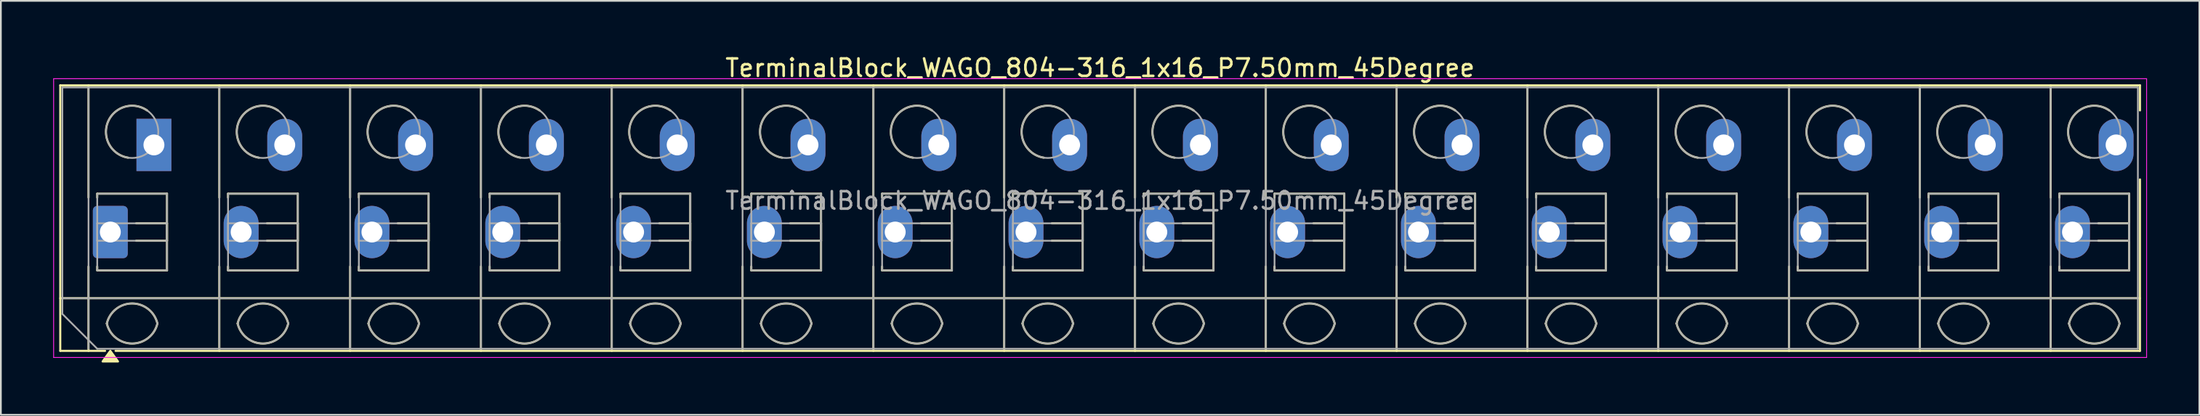
<source format=kicad_pcb>
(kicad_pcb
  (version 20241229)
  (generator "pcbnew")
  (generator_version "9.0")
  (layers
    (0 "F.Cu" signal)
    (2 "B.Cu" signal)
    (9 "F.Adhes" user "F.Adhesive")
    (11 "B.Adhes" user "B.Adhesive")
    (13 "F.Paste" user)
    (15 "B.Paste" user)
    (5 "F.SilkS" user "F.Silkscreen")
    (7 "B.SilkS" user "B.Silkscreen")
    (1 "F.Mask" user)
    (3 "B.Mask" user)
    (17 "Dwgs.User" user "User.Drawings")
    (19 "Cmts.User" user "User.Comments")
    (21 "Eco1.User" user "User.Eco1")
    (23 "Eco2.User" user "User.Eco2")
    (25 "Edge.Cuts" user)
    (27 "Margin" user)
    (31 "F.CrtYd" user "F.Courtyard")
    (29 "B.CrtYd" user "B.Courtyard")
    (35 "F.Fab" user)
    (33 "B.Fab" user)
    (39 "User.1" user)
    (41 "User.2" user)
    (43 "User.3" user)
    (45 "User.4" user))
  (footprint "TerminalBlock_WAGO_804-316_1x16_P7.50mm_45Degree"
    (layer "F.Cu")
    (at 3.275 10.268)
    (property "Reference" "TerminalBlock_WAGO_804-316_1x16_P7.50mm_45Degree" (at 56.75 -9.42 0) (layer "F.SilkS") (effects (font (size 1 1) (thickness 0.15))))
    (attr through_hole)
    (fp_line (start -2.87 -8.42) (end 116.37 -8.42) (stroke (width 0.12) (type solid)) (layer "F.SilkS"))
    (fp_line (start -2.87 3.8) (end 116.37 3.8) (stroke (width 0.12) (type solid)) (layer "F.SilkS"))
    (fp_line (start -2.87 6.82) (end -2.87 -8.42) (stroke (width 0.12) (type solid)) (layer "F.SilkS"))
    (fp_line (start -1.25 -8.42) (end -1.25 -1.98) (stroke (width 0.12) (type solid)) (layer "F.SilkS"))
    (fp_line (start -1.25 1.98) (end -1.25 6.82) (stroke (width 0.12) (type solid)) (layer "F.SilkS"))
    (fp_line (start -0.75 -2.2) (end 3.25 -2.2) (stroke (width 0.12) (type solid)) (layer "F.SilkS"))
    (fp_line (start -0.75 -1.98) (end -0.75 -2.2) (stroke (width 0.12) (type solid)) (layer "F.SilkS"))
    (fp_line (start -0.75 2.2) (end -0.75 1.98) (stroke (width 0.12) (type solid)) (layer "F.SilkS"))
    (fp_line (start -0.3 6.82) (end -2.87 6.82) (stroke (width 0.12) (type solid)) (layer "F.SilkS"))
    (fp_line (start 1.48 -0.5) (end 3.25 -0.5) (stroke (width 0.12) (type solid)) (layer "F.SilkS"))
    (fp_line (start 3.25 -2.2) (end 3.25 2.2) (stroke (width 0.12) (type solid)) (layer "F.SilkS"))
    (fp_line (start 3.25 -0.5) (end 3.25 0.5) (stroke (width 0.12) (type solid)) (layer "F.SilkS"))
    (fp_line (start 3.25 0.5) (end 1.48 0.5) (stroke (width 0.12) (type solid)) (layer "F.SilkS"))
    (fp_line (start 3.25 2.2) (end -0.75 2.2) (stroke (width 0.12) (type solid)) (layer "F.SilkS"))
    (fp_line (start 6.25 -8.42) (end 6.25 -1.98) (stroke (width 0.12) (type solid)) (layer "F.SilkS"))
    (fp_line (start 6.25 1.98) (end 6.25 6.82) (stroke (width 0.12) (type solid)) (layer "F.SilkS"))
    (fp_line (start 6.75 -2.2) (end 10.75 -2.2) (stroke (width 0.12) (type solid)) (layer "F.SilkS"))
    (fp_line (start 6.75 -1.98) (end 6.75 -2.2) (stroke (width 0.12) (type solid)) (layer "F.SilkS"))
    (fp_line (start 6.75 2.2) (end 6.75 1.98) (stroke (width 0.12) (type solid)) (layer "F.SilkS"))
    (fp_line (start 8.98 -0.5) (end 10.75 -0.5) (stroke (width 0.12) (type solid)) (layer "F.SilkS"))
    (fp_line (start 10.75 -2.2) (end 10.75 2.2) (stroke (width 0.12) (type solid)) (layer "F.SilkS"))
    (fp_line (start 10.75 -0.5) (end 10.75 0.5) (stroke (width 0.12) (type solid)) (layer "F.SilkS"))
    (fp_line (start 10.75 0.5) (end 8.98 0.5) (stroke (width 0.12) (type solid)) (layer "F.SilkS"))
    (fp_line (start 10.75 2.2) (end 6.75 2.2) (stroke (width 0.12) (type solid)) (layer "F.SilkS"))
    (fp_line (start 13.75 -8.42) (end 13.75 -1.98) (stroke (width 0.12) (type solid)) (layer "F.SilkS"))
    (fp_line (start 13.75 1.98) (end 13.75 6.82) (stroke (width 0.12) (type solid)) (layer "F.SilkS"))
    (fp_line (start 14.25 -2.2) (end 18.25 -2.2) (stroke (width 0.12) (type solid)) (layer "F.SilkS"))
    (fp_line (start 14.25 -1.98) (end 14.25 -2.2) (stroke (width 0.12) (type solid)) (layer "F.SilkS"))
    (fp_line (start 14.25 2.2) (end 14.25 1.98) (stroke (width 0.12) (type solid)) (layer "F.SilkS"))
    (fp_line (start 16.48 -0.5) (end 18.25 -0.5) (stroke (width 0.12) (type solid)) (layer "F.SilkS"))
    (fp_line (start 18.25 -2.2) (end 18.25 2.2) (stroke (width 0.12) (type solid)) (layer "F.SilkS"))
    (fp_line (start 18.25 -0.5) (end 18.25 0.5) (stroke (width 0.12) (type solid)) (layer "F.SilkS"))
    (fp_line (start 18.25 0.5) (end 16.48 0.5) (stroke (width 0.12) (type solid)) (layer "F.SilkS"))
    (fp_line (start 18.25 2.2) (end 14.25 2.2) (stroke (width 0.12) (type solid)) (layer "F.SilkS"))
    (fp_line (start 21.25 -8.42) (end 21.25 -1.98) (stroke (width 0.12) (type solid)) (layer "F.SilkS"))
    (fp_line (start 21.25 1.98) (end 21.25 6.82) (stroke (width 0.12) (type solid)) (layer "F.SilkS"))
    (fp_line (start 21.75 -2.2) (end 25.75 -2.2) (stroke (width 0.12) (type solid)) (layer "F.SilkS"))
    (fp_line (start 21.75 -1.98) (end 21.75 -2.2) (stroke (width 0.12) (type solid)) (layer "F.SilkS"))
    (fp_line (start 21.75 2.2) (end 21.75 1.98) (stroke (width 0.12) (type solid)) (layer "F.SilkS"))
    (fp_line (start 23.98 -0.5) (end 25.75 -0.5) (stroke (width 0.12) (type solid)) (layer "F.SilkS"))
    (fp_line (start 25.75 -2.2) (end 25.75 2.2) (stroke (width 0.12) (type solid)) (layer "F.SilkS"))
    (fp_line (start 25.75 -0.5) (end 25.75 0.5) (stroke (width 0.12) (type solid)) (layer "F.SilkS"))
    (fp_line (start 25.75 0.5) (end 23.98 0.5) (stroke (width 0.12) (type solid)) (layer "F.SilkS"))
    (fp_line (start 25.75 2.2) (end 21.75 2.2) (stroke (width 0.12) (type solid)) (layer "F.SilkS"))
    (fp_line (start 28.75 -8.42) (end 28.75 -1.98) (stroke (width 0.12) (type solid)) (layer "F.SilkS"))
    (fp_line (start 28.75 1.98) (end 28.75 6.82) (stroke (width 0.12) (type solid)) (layer "F.SilkS"))
    (fp_line (start 29.25 -2.2) (end 33.25 -2.2) (stroke (width 0.12) (type solid)) (layer "F.SilkS"))
    (fp_line (start 29.25 -1.98) (end 29.25 -2.2) (stroke (width 0.12) (type solid)) (layer "F.SilkS"))
    (fp_line (start 29.25 2.2) (end 29.25 1.98) (stroke (width 0.12) (type solid)) (layer "F.SilkS"))
    (fp_line (start 31.48 -0.5) (end 33.25 -0.5) (stroke (width 0.12) (type solid)) (layer "F.SilkS"))
    (fp_line (start 33.25 -2.2) (end 33.25 2.2) (stroke (width 0.12) (type solid)) (layer "F.SilkS"))
    (fp_line (start 33.25 -0.5) (end 33.25 0.5) (stroke (width 0.12) (type solid)) (layer "F.SilkS"))
    (fp_line (start 33.25 0.5) (end 31.48 0.5) (stroke (width 0.12) (type solid)) (layer "F.SilkS"))
    (fp_line (start 33.25 2.2) (end 29.25 2.2) (stroke (width 0.12) (type solid)) (layer "F.SilkS"))
    (fp_line (start 36.25 -8.42) (end 36.25 -1.98) (stroke (width 0.12) (type solid)) (layer "F.SilkS"))
    (fp_line (start 36.25 1.98) (end 36.25 6.82) (stroke (width 0.12) (type solid)) (layer "F.SilkS"))
    (fp_line (start 36.75 -2.2) (end 40.75 -2.2) (stroke (width 0.12) (type solid)) (layer "F.SilkS"))
    (fp_line (start 36.75 -1.98) (end 36.75 -2.2) (stroke (width 0.12) (type solid)) (layer "F.SilkS"))
    (fp_line (start 36.75 2.2) (end 36.75 1.98) (stroke (width 0.12) (type solid)) (layer "F.SilkS"))
    (fp_line (start 38.98 -0.5) (end 40.75 -0.5) (stroke (width 0.12) (type solid)) (layer "F.SilkS"))
    (fp_line (start 40.75 -2.2) (end 40.75 2.2) (stroke (width 0.12) (type solid)) (layer "F.SilkS"))
    (fp_line (start 40.75 -0.5) (end 40.75 0.5) (stroke (width 0.12) (type solid)) (layer "F.SilkS"))
    (fp_line (start 40.75 0.5) (end 38.98 0.5) (stroke (width 0.12) (type solid)) (layer "F.SilkS"))
    (fp_line (start 40.75 2.2) (end 36.75 2.2) (stroke (width 0.12) (type solid)) (layer "F.SilkS"))
    (fp_line (start 43.75 -8.42) (end 43.75 -1.98) (stroke (width 0.12) (type solid)) (layer "F.SilkS"))
    (fp_line (start 43.75 1.98) (end 43.75 6.82) (stroke (width 0.12) (type solid)) (layer "F.SilkS"))
    (fp_line (start 44.25 -2.2) (end 48.25 -2.2) (stroke (width 0.12) (type solid)) (layer "F.SilkS"))
    (fp_line (start 44.25 -1.98) (end 44.25 -2.2) (stroke (width 0.12) (type solid)) (layer "F.SilkS"))
    (fp_line (start 44.25 2.2) (end 44.25 1.98) (stroke (width 0.12) (type solid)) (layer "F.SilkS"))
    (fp_line (start 46.48 -0.5) (end 48.25 -0.5) (stroke (width 0.12) (type solid)) (layer "F.SilkS"))
    (fp_line (start 48.25 -2.2) (end 48.25 2.2) (stroke (width 0.12) (type solid)) (layer "F.SilkS"))
    (fp_line (start 48.25 -0.5) (end 48.25 0.5) (stroke (width 0.12) (type solid)) (layer "F.SilkS"))
    (fp_line (start 48.25 0.5) (end 46.48 0.5) (stroke (width 0.12) (type solid)) (layer "F.SilkS"))
    (fp_line (start 48.25 2.2) (end 44.25 2.2) (stroke (width 0.12) (type solid)) (layer "F.SilkS"))
    (fp_line (start 51.25 -8.42) (end 51.25 -1.98) (stroke (width 0.12) (type solid)) (layer "F.SilkS"))
    (fp_line (start 51.25 1.98) (end 51.25 6.82) (stroke (width 0.12) (type solid)) (layer "F.SilkS"))
    (fp_line (start 51.75 -2.2) (end 55.75 -2.2) (stroke (width 0.12) (type solid)) (layer "F.SilkS"))
    (fp_line (start 51.75 -1.98) (end 51.75 -2.2) (stroke (width 0.12) (type solid)) (layer "F.SilkS"))
    (fp_line (start 51.75 2.2) (end 51.75 1.98) (stroke (width 0.12) (type solid)) (layer "F.SilkS"))
    (fp_line (start 53.98 -0.5) (end 55.75 -0.5) (stroke (width 0.12) (type solid)) (layer "F.SilkS"))
    (fp_line (start 55.75 -2.2) (end 55.75 2.2) (stroke (width 0.12) (type solid)) (layer "F.SilkS"))
    (fp_line (start 55.75 -0.5) (end 55.75 0.5) (stroke (width 0.12) (type solid)) (layer "F.SilkS"))
    (fp_line (start 55.75 0.5) (end 53.98 0.5) (stroke (width 0.12) (type solid)) (layer "F.SilkS"))
    (fp_line (start 55.75 2.2) (end 51.75 2.2) (stroke (width 0.12) (type solid)) (layer "F.SilkS"))
    (fp_line (start 58.75 -8.42) (end 58.75 -1.98) (stroke (width 0.12) (type solid)) (layer "F.SilkS"))
    (fp_line (start 58.75 1.98) (end 58.75 6.82) (stroke (width 0.12) (type solid)) (layer "F.SilkS"))
    (fp_line (start 59.25 -2.2) (end 63.25 -2.2) (stroke (width 0.12) (type solid)) (layer "F.SilkS"))
    (fp_line (start 59.25 -1.98) (end 59.25 -2.2) (stroke (width 0.12) (type solid)) (layer "F.SilkS"))
    (fp_line (start 59.25 2.2) (end 59.25 1.98) (stroke (width 0.12) (type solid)) (layer "F.SilkS"))
    (fp_line (start 61.48 -0.5) (end 63.25 -0.5) (stroke (width 0.12) (type solid)) (layer "F.SilkS"))
    (fp_line (start 63.25 -2.2) (end 63.25 2.2) (stroke (width 0.12) (type solid)) (layer "F.SilkS"))
    (fp_line (start 63.25 -0.5) (end 63.25 0.5) (stroke (width 0.12) (type solid)) (layer "F.SilkS"))
    (fp_line (start 63.25 0.5) (end 61.48 0.5) (stroke (width 0.12) (type solid)) (layer "F.SilkS"))
    (fp_line (start 63.25 2.2) (end 59.25 2.2) (stroke (width 0.12) (type solid)) (layer "F.SilkS"))
    (fp_line (start 66.25 -8.42) (end 66.25 -1.98) (stroke (width 0.12) (type solid)) (layer "F.SilkS"))
    (fp_line (start 66.25 1.98) (end 66.25 6.82) (stroke (width 0.12) (type solid)) (layer "F.SilkS"))
    (fp_line (start 66.75 -2.2) (end 70.75 -2.2) (stroke (width 0.12) (type solid)) (layer "F.SilkS"))
    (fp_line (start 66.75 -1.98) (end 66.75 -2.2) (stroke (width 0.12) (type solid)) (layer "F.SilkS"))
    (fp_line (start 66.75 2.2) (end 66.75 1.98) (stroke (width 0.12) (type solid)) (layer "F.SilkS"))
    (fp_line (start 68.98 -0.5) (end 70.75 -0.5) (stroke (width 0.12) (type solid)) (layer "F.SilkS"))
    (fp_line (start 70.75 -2.2) (end 70.75 2.2) (stroke (width 0.12) (type solid)) (layer "F.SilkS"))
    (fp_line (start 70.75 -0.5) (end 70.75 0.5) (stroke (width 0.12) (type solid)) (layer "F.SilkS"))
    (fp_line (start 70.75 0.5) (end 68.98 0.5) (stroke (width 0.12) (type solid)) (layer "F.SilkS"))
    (fp_line (start 70.75 2.2) (end 66.75 2.2) (stroke (width 0.12) (type solid)) (layer "F.SilkS"))
    (fp_line (start 73.75 -8.42) (end 73.75 -1.98) (stroke (width 0.12) (type solid)) (layer "F.SilkS"))
    (fp_line (start 73.75 1.98) (end 73.75 6.82) (stroke (width 0.12) (type solid)) (layer "F.SilkS"))
    (fp_line (start 74.25 -2.2) (end 78.25 -2.2) (stroke (width 0.12) (type solid)) (layer "F.SilkS"))
    (fp_line (start 74.25 -1.98) (end 74.25 -2.2) (stroke (width 0.12) (type solid)) (layer "F.SilkS"))
    (fp_line (start 74.25 2.2) (end 74.25 1.98) (stroke (width 0.12) (type solid)) (layer "F.SilkS"))
    (fp_line (start 76.48 -0.5) (end 78.25 -0.5) (stroke (width 0.12) (type solid)) (layer "F.SilkS"))
    (fp_line (start 78.25 -2.2) (end 78.25 2.2) (stroke (width 0.12) (type solid)) (layer "F.SilkS"))
    (fp_line (start 78.25 -0.5) (end 78.25 0.5) (stroke (width 0.12) (type solid)) (layer "F.SilkS"))
    (fp_line (start 78.25 0.5) (end 76.48 0.5) (stroke (width 0.12) (type solid)) (layer "F.SilkS"))
    (fp_line (start 78.25 2.2) (end 74.25 2.2) (stroke (width 0.12) (type solid)) (layer "F.SilkS"))
    (fp_line (start 81.25 -8.42) (end 81.25 -1.98) (stroke (width 0.12) (type solid)) (layer "F.SilkS"))
    (fp_line (start 81.25 1.98) (end 81.25 6.82) (stroke (width 0.12) (type solid)) (layer "F.SilkS"))
    (fp_line (start 81.75 -2.2) (end 85.75 -2.2) (stroke (width 0.12) (type solid)) (layer "F.SilkS"))
    (fp_line (start 81.75 -1.98) (end 81.75 -2.2) (stroke (width 0.12) (type solid)) (layer "F.SilkS"))
    (fp_line (start 81.75 2.2) (end 81.75 1.98) (stroke (width 0.12) (type solid)) (layer "F.SilkS"))
    (fp_line (start 83.98 -0.5) (end 85.75 -0.5) (stroke (width 0.12) (type solid)) (layer "F.SilkS"))
    (fp_line (start 85.75 -2.2) (end 85.75 2.2) (stroke (width 0.12) (type solid)) (layer "F.SilkS"))
    (fp_line (start 85.75 -0.5) (end 85.75 0.5) (stroke (width 0.12) (type solid)) (layer "F.SilkS"))
    (fp_line (start 85.75 0.5) (end 83.98 0.5) (stroke (width 0.12) (type solid)) (layer "F.SilkS"))
    (fp_line (start 85.75 2.2) (end 81.75 2.2) (stroke (width 0.12) (type solid)) (layer "F.SilkS"))
    (fp_line (start 88.75 -8.42) (end 88.75 -1.98) (stroke (width 0.12) (type solid)) (layer "F.SilkS"))
    (fp_line (start 88.75 1.98) (end 88.75 6.82) (stroke (width 0.12) (type solid)) (layer "F.SilkS"))
    (fp_line (start 89.25 -2.2) (end 93.25 -2.2) (stroke (width 0.12) (type solid)) (layer "F.SilkS"))
    (fp_line (start 89.25 -1.98) (end 89.25 -2.2) (stroke (width 0.12) (type solid)) (layer "F.SilkS"))
    (fp_line (start 89.25 2.2) (end 89.25 1.98) (stroke (width 0.12) (type solid)) (layer "F.SilkS"))
    (fp_line (start 91.48 -0.5) (end 93.25 -0.5) (stroke (width 0.12) (type solid)) (layer "F.SilkS"))
    (fp_line (start 93.25 -2.2) (end 93.25 2.2) (stroke (width 0.12) (type solid)) (layer "F.SilkS"))
    (fp_line (start 93.25 -0.5) (end 93.25 0.5) (stroke (width 0.12) (type solid)) (layer "F.SilkS"))
    (fp_line (start 93.25 0.5) (end 91.48 0.5) (stroke (width 0.12) (type solid)) (layer "F.SilkS"))
    (fp_line (start 93.25 2.2) (end 89.25 2.2) (stroke (width 0.12) (type solid)) (layer "F.SilkS"))
    (fp_line (start 96.25 -8.42) (end 96.25 -1.98) (stroke (width 0.12) (type solid)) (layer "F.SilkS"))
    (fp_line (start 96.25 1.98) (end 96.25 6.82) (stroke (width 0.12) (type solid)) (layer "F.SilkS"))
    (fp_line (start 96.75 -2.2) (end 100.75 -2.2) (stroke (width 0.12) (type solid)) (layer "F.SilkS"))
    (fp_line (start 96.75 -1.98) (end 96.75 -2.2) (stroke (width 0.12) (type solid)) (layer "F.SilkS"))
    (fp_line (start 96.75 2.2) (end 96.75 1.98) (stroke (width 0.12) (type solid)) (layer "F.SilkS"))
    (fp_line (start 98.98 -0.5) (end 100.75 -0.5) (stroke (width 0.12) (type solid)) (layer "F.SilkS"))
    (fp_line (start 100.75 -2.2) (end 100.75 2.2) (stroke (width 0.12) (type solid)) (layer "F.SilkS"))
    (fp_line (start 100.75 -0.5) (end 100.75 0.5) (stroke (width 0.12) (type solid)) (layer "F.SilkS"))
    (fp_line (start 100.75 0.5) (end 98.98 0.5) (stroke (width 0.12) (type solid)) (layer "F.SilkS"))
    (fp_line (start 100.75 2.2) (end 96.75 2.2) (stroke (width 0.12) (type solid)) (layer "F.SilkS"))
    (fp_line (start 103.75 -8.42) (end 103.75 -1.98) (stroke (width 0.12) (type solid)) (layer "F.SilkS"))
    (fp_line (start 103.75 1.98) (end 103.75 6.82) (stroke (width 0.12) (type solid)) (layer "F.SilkS"))
    (fp_line (start 104.25 -2.2) (end 108.25 -2.2) (stroke (width 0.12) (type solid)) (layer "F.SilkS"))
    (fp_line (start 104.25 -1.98) (end 104.25 -2.2) (stroke (width 0.12) (type solid)) (layer "F.SilkS"))
    (fp_line (start 104.25 2.2) (end 104.25 1.98) (stroke (width 0.12) (type solid)) (layer "F.SilkS"))
    (fp_line (start 106.48 -0.5) (end 108.25 -0.5) (stroke (width 0.12) (type solid)) (layer "F.SilkS"))
    (fp_line (start 108.25 -2.2) (end 108.25 2.2) (stroke (width 0.12) (type solid)) (layer "F.SilkS"))
    (fp_line (start 108.25 -0.5) (end 108.25 0.5) (stroke (width 0.12) (type solid)) (layer "F.SilkS"))
    (fp_line (start 108.25 0.5) (end 106.48 0.5) (stroke (width 0.12) (type solid)) (layer "F.SilkS"))
    (fp_line (start 108.25 2.2) (end 104.25 2.2) (stroke (width 0.12) (type solid)) (layer "F.SilkS"))
    (fp_line (start 111.25 -8.42) (end 111.25 -1.98) (stroke (width 0.12) (type solid)) (layer "F.SilkS"))
    (fp_line (start 111.25 1.98) (end 111.25 6.82) (stroke (width 0.12) (type solid)) (layer "F.SilkS"))
    (fp_line (start 111.75 -2.2) (end 115.75 -2.2) (stroke (width 0.12) (type solid)) (layer "F.SilkS"))
    (fp_line (start 111.75 -1.98) (end 111.75 -2.2) (stroke (width 0.12) (type solid)) (layer "F.SilkS"))
    (fp_line (start 111.75 2.2) (end 111.75 1.98) (stroke (width 0.12) (type solid)) (layer "F.SilkS"))
    (fp_line (start 113.98 -0.5) (end 115.75 -0.5) (stroke (width 0.12) (type solid)) (layer "F.SilkS"))
    (fp_line (start 115.75 -2.2) (end 115.75 2.2) (stroke (width 0.12) (type solid)) (layer "F.SilkS"))
    (fp_line (start 115.75 -0.5) (end 115.75 0.5) (stroke (width 0.12) (type solid)) (layer "F.SilkS"))
    (fp_line (start 115.75 0.5) (end 113.98 0.5) (stroke (width 0.12) (type solid)) (layer "F.SilkS"))
    (fp_line (start 115.75 2.2) (end 111.75 2.2) (stroke (width 0.12) (type solid)) (layer "F.SilkS"))
    (fp_line (start 116.37 -8.42) (end 116.37 -6.98) (stroke (width 0.12) (type solid)) (layer "F.SilkS"))
    (fp_line (start 116.37 -3.02) (end 116.37 6.82) (stroke (width 0.12) (type solid)) (layer "F.SilkS"))
    (fp_line (start 116.37 6.82) (end 0.3 6.82) (stroke (width 0.12) (type solid)) (layer "F.SilkS"))
    (fp_arc (start -0.2 5.25) (mid 1.25 4.1) (end 2.7 5.25) (stroke (width 0.12) (type solid)) (layer "F.SilkS"))
    (fp_arc (start 1.02 -4.268) (mid -0.141916 -6.309209) (end 2.109 -6.98) (stroke (width 0.12) (type solid)) (layer "F.SilkS"))
    (fp_arc (start 2.7 5.25) (mid 1.25 6.4) (end -0.2 5.25) (stroke (width 0.12) (type solid)) (layer "F.SilkS"))
    (fp_arc (start 7.3 5.25) (mid 8.75 4.1) (end 10.2 5.25) (stroke (width 0.12) (type solid)) (layer "F.SilkS"))
    (fp_arc (start 8.52 -4.268) (mid 7.358084 -6.309209) (end 9.609 -6.98) (stroke (width 0.12) (type solid)) (layer "F.SilkS"))
    (fp_arc (start 10.2 5.25) (mid 8.75 6.4) (end 7.3 5.25) (stroke (width 0.12) (type solid)) (layer "F.SilkS"))
    (fp_arc (start 14.8 5.25) (mid 16.25 4.1) (end 17.7 5.25) (stroke (width 0.12) (type solid)) (layer "F.SilkS"))
    (fp_arc (start 16.02 -4.268) (mid 14.858084 -6.309209) (end 17.109 -6.98) (stroke (width 0.12) (type solid)) (layer "F.SilkS"))
    (fp_arc (start 17.7 5.25) (mid 16.25 6.4) (end 14.8 5.25) (stroke (width 0.12) (type solid)) (layer "F.SilkS"))
    (fp_arc (start 22.3 5.25) (mid 23.75 4.1) (end 25.2 5.25) (stroke (width 0.12) (type solid)) (layer "F.SilkS"))
    (fp_arc (start 23.52 -4.268) (mid 22.358084 -6.309209) (end 24.609 -6.98) (stroke (width 0.12) (type solid)) (layer "F.SilkS"))
    (fp_arc (start 25.2 5.25) (mid 23.75 6.4) (end 22.3 5.25) (stroke (width 0.12) (type solid)) (layer "F.SilkS"))
    (fp_arc (start 29.8 5.25) (mid 31.25 4.1) (end 32.7 5.25) (stroke (width 0.12) (type solid)) (layer "F.SilkS"))
    (fp_arc (start 31.02 -4.268) (mid 29.858084 -6.309209) (end 32.109 -6.98) (stroke (width 0.12) (type solid)) (layer "F.SilkS"))
    (fp_arc (start 32.7 5.25) (mid 31.25 6.4) (end 29.8 5.25) (stroke (width 0.12) (type solid)) (layer "F.SilkS"))
    (fp_arc (start 37.3 5.25) (mid 38.75 4.1) (end 40.2 5.25) (stroke (width 0.12) (type solid)) (layer "F.SilkS"))
    (fp_arc (start 38.52 -4.268) (mid 37.358084 -6.309209) (end 39.609 -6.98) (stroke (width 0.12) (type solid)) (layer "F.SilkS"))
    (fp_arc (start 40.2 5.25) (mid 38.75 6.4) (end 37.3 5.25) (stroke (width 0.12) (type solid)) (layer "F.SilkS"))
    (fp_arc (start 44.8 5.25) (mid 46.25 4.1) (end 47.7 5.25) (stroke (width 0.12) (type solid)) (layer "F.SilkS"))
    (fp_arc (start 46.02 -4.268) (mid 44.858084 -6.309209) (end 47.109 -6.98) (stroke (width 0.12) (type solid)) (layer "F.SilkS"))
    (fp_arc (start 47.7 5.25) (mid 46.25 6.4) (end 44.8 5.25) (stroke (width 0.12) (type solid)) (layer "F.SilkS"))
    (fp_arc (start 52.3 5.25) (mid 53.75 4.1) (end 55.2 5.25) (stroke (width 0.12) (type solid)) (layer "F.SilkS"))
    (fp_arc (start 53.52 -4.268) (mid 52.358084 -6.309209) (end 54.609 -6.98) (stroke (width 0.12) (type solid)) (layer "F.SilkS"))
    (fp_arc (start 55.2 5.25) (mid 53.75 6.4) (end 52.3 5.25) (stroke (width 0.12) (type solid)) (layer "F.SilkS"))
    (fp_arc (start 59.8 5.25) (mid 61.25 4.1) (end 62.7 5.25) (stroke (width 0.12) (type solid)) (layer "F.SilkS"))
    (fp_arc (start 61.02 -4.268) (mid 59.858084 -6.309209) (end 62.109 -6.98) (stroke (width 0.12) (type solid)) (layer "F.SilkS"))
    (fp_arc (start 62.7 5.25) (mid 61.25 6.4) (end 59.8 5.25) (stroke (width 0.12) (type solid)) (layer "F.SilkS"))
    (fp_arc (start 67.3 5.25) (mid 68.75 4.1) (end 70.2 5.25) (stroke (width 0.12) (type solid)) (layer "F.SilkS"))
    (fp_arc (start 68.52 -4.268) (mid 67.358084 -6.309209) (end 69.609 -6.98) (stroke (width 0.12) (type solid)) (layer "F.SilkS"))
    (fp_arc (start 70.2 5.25) (mid 68.75 6.4) (end 67.3 5.25) (stroke (width 0.12) (type solid)) (layer "F.SilkS"))
    (fp_arc (start 74.8 5.25) (mid 76.25 4.1) (end 77.7 5.25) (stroke (width 0.12) (type solid)) (layer "F.SilkS"))
    (fp_arc (start 76.02 -4.268) (mid 74.858084 -6.309209) (end 77.109 -6.98) (stroke (width 0.12) (type solid)) (layer "F.SilkS"))
    (fp_arc (start 77.7 5.25) (mid 76.25 6.4) (end 74.8 5.25) (stroke (width 0.12) (type solid)) (layer "F.SilkS"))
    (fp_arc (start 82.3 5.25) (mid 83.75 4.1) (end 85.2 5.25) (stroke (width 0.12) (type solid)) (layer "F.SilkS"))
    (fp_arc (start 83.52 -4.268) (mid 82.358084 -6.309209) (end 84.609 -6.98) (stroke (width 0.12) (type solid)) (layer "F.SilkS"))
    (fp_arc (start 85.2 5.25) (mid 83.75 6.4) (end 82.3 5.25) (stroke (width 0.12) (type solid)) (layer "F.SilkS"))
    (fp_arc (start 89.8 5.25) (mid 91.25 4.1) (end 92.7 5.25) (stroke (width 0.12) (type solid)) (layer "F.SilkS"))
    (fp_arc (start 91.02 -4.268) (mid 89.858084 -6.309209) (end 92.109 -6.98) (stroke (width 0.12) (type solid)) (layer "F.SilkS"))
    (fp_arc (start 92.7 5.25) (mid 91.25 6.4) (end 89.8 5.25) (stroke (width 0.12) (type solid)) (layer "F.SilkS"))
    (fp_arc (start 97.3 5.25) (mid 98.75 4.1) (end 100.2 5.25) (stroke (width 0.12) (type solid)) (layer "F.SilkS"))
    (fp_arc (start 98.52 -4.268) (mid 97.358084 -6.309209) (end 99.609 -6.98) (stroke (width 0.12) (type solid)) (layer "F.SilkS"))
    (fp_arc (start 100.2 5.25) (mid 98.75 6.4) (end 97.3 5.25) (stroke (width 0.12) (type solid)) (layer "F.SilkS"))
    (fp_arc (start 104.8 5.25) (mid 106.25 4.1) (end 107.7 5.25) (stroke (width 0.12) (type solid)) (layer "F.SilkS"))
    (fp_arc (start 106.02 -4.268) (mid 104.858084 -6.309209) (end 107.109 -6.98) (stroke (width 0.12) (type solid)) (layer "F.SilkS"))
    (fp_arc (start 107.7 5.25) (mid 106.25 6.4) (end 104.8 5.25) (stroke (width 0.12) (type solid)) (layer "F.SilkS"))
    (fp_arc (start 112.3 5.25) (mid 113.75 4.1) (end 115.2 5.25) (stroke (width 0.12) (type solid)) (layer "F.SilkS"))
    (fp_arc (start 113.52 -4.268) (mid 112.358084 -6.309209) (end 114.609 -6.98) (stroke (width 0.12) (type solid)) (layer "F.SilkS"))
    (fp_arc (start 115.2 5.25) (mid 113.75 6.4) (end 112.3 5.25) (stroke (width 0.12) (type solid)) (layer "F.SilkS"))
    (fp_poly (pts (xy 0 6.82) (xy 0.44 7.43) (xy -0.44 7.43)) (stroke (width 0.12) (type solid)) (fill yes) (layer "F.SilkS"))
    (fp_line (start -3.25 -8.8) (end -3.25 7.2) (stroke (width 0.05) (type solid)) (layer "F.CrtYd"))
    (fp_line (start -3.25 7.2) (end 116.75 7.2) (stroke (width 0.05) (type solid)) (layer "F.CrtYd"))
    (fp_line (start 116.75 -8.8) (end -3.25 -8.8) (stroke (width 0.05) (type solid)) (layer "F.CrtYd"))
    (fp_line (start 116.75 7.2) (end 116.75 -8.8) (stroke (width 0.05) (type solid)) (layer "F.CrtYd"))
    (fp_line (start -2.75 -8.3) (end 116.25 -8.3) (stroke (width 0.1) (type solid)) (layer "F.Fab"))
    (fp_line (start -2.75 3.8) (end 116.25 3.8) (stroke (width 0.1) (type solid)) (layer "F.Fab"))
    (fp_line (start -2.75 4.7) (end -2.75 -8.3) (stroke (width 0.1) (type solid)) (layer "F.Fab"))
    (fp_line (start -1.25 -8.3) (end -1.25 6.7) (stroke (width 0.1) (type solid)) (layer "F.Fab"))
    (fp_line (start -0.75 -2.2) (end -0.75 2.2) (stroke (width 0.1) (type solid)) (layer "F.Fab"))
    (fp_line (start -0.75 -0.5) (end -0.75 0.5) (stroke (width 0.1) (type solid)) (layer "F.Fab"))
    (fp_line (start -0.75 0.5) (end 3.25 0.5) (stroke (width 0.1) (type solid)) (layer "F.Fab"))
    (fp_line (start -0.75 2.2) (end 3.25 2.2) (stroke (width 0.1) (type solid)) (layer "F.Fab"))
    (fp_line (start -0.75 6.7) (end -2.75 4.7) (stroke (width 0.1) (type solid)) (layer "F.Fab"))
    (fp_line (start 3.25 -2.2) (end -0.75 -2.2) (stroke (width 0.1) (type solid)) (layer "F.Fab"))
    (fp_line (start 3.25 -0.5) (end -0.75 -0.5) (stroke (width 0.1) (type solid)) (layer "F.Fab"))
    (fp_line (start 3.25 0.5) (end 3.25 -0.5) (stroke (width 0.1) (type solid)) (layer "F.Fab"))
    (fp_line (start 3.25 2.2) (end 3.25 -2.2) (stroke (width 0.1) (type solid)) (layer "F.Fab"))
    (fp_line (start 6.25 -8.3) (end 6.25 6.7) (stroke (width 0.1) (type solid)) (layer "F.Fab"))
    (fp_line (start 6.75 -2.2) (end 6.75 2.2) (stroke (width 0.1) (type solid)) (layer "F.Fab"))
    (fp_line (start 6.75 -0.5) (end 6.75 0.5) (stroke (width 0.1) (type solid)) (layer "F.Fab"))
    (fp_line (start 6.75 0.5) (end 10.75 0.5) (stroke (width 0.1) (type solid)) (layer "F.Fab"))
    (fp_line (start 6.75 2.2) (end 10.75 2.2) (stroke (width 0.1) (type solid)) (layer "F.Fab"))
    (fp_line (start 10.75 -2.2) (end 6.75 -2.2) (stroke (width 0.1) (type solid)) (layer "F.Fab"))
    (fp_line (start 10.75 -0.5) (end 6.75 -0.5) (stroke (width 0.1) (type solid)) (layer "F.Fab"))
    (fp_line (start 10.75 0.5) (end 10.75 -0.5) (stroke (width 0.1) (type solid)) (layer "F.Fab"))
    (fp_line (start 10.75 2.2) (end 10.75 -2.2) (stroke (width 0.1) (type solid)) (layer "F.Fab"))
    (fp_line (start 13.75 -8.3) (end 13.75 6.7) (stroke (width 0.1) (type solid)) (layer "F.Fab"))
    (fp_line (start 14.25 -2.2) (end 14.25 2.2) (stroke (width 0.1) (type solid)) (layer "F.Fab"))
    (fp_line (start 14.25 -0.5) (end 14.25 0.5) (stroke (width 0.1) (type solid)) (layer "F.Fab"))
    (fp_line (start 14.25 0.5) (end 18.25 0.5) (stroke (width 0.1) (type solid)) (layer "F.Fab"))
    (fp_line (start 14.25 2.2) (end 18.25 2.2) (stroke (width 0.1) (type solid)) (layer "F.Fab"))
    (fp_line (start 18.25 -2.2) (end 14.25 -2.2) (stroke (width 0.1) (type solid)) (layer "F.Fab"))
    (fp_line (start 18.25 -0.5) (end 14.25 -0.5) (stroke (width 0.1) (type solid)) (layer "F.Fab"))
    (fp_line (start 18.25 0.5) (end 18.25 -0.5) (stroke (width 0.1) (type solid)) (layer "F.Fab"))
    (fp_line (start 18.25 2.2) (end 18.25 -2.2) (stroke (width 0.1) (type solid)) (layer "F.Fab"))
    (fp_line (start 21.25 -8.3) (end 21.25 6.7) (stroke (width 0.1) (type solid)) (layer "F.Fab"))
    (fp_line (start 21.75 -2.2) (end 21.75 2.2) (stroke (width 0.1) (type solid)) (layer "F.Fab"))
    (fp_line (start 21.75 -0.5) (end 21.75 0.5) (stroke (width 0.1) (type solid)) (layer "F.Fab"))
    (fp_line (start 21.75 0.5) (end 25.75 0.5) (stroke (width 0.1) (type solid)) (layer "F.Fab"))
    (fp_line (start 21.75 2.2) (end 25.75 2.2) (stroke (width 0.1) (type solid)) (layer "F.Fab"))
    (fp_line (start 25.75 -2.2) (end 21.75 -2.2) (stroke (width 0.1) (type solid)) (layer "F.Fab"))
    (fp_line (start 25.75 -0.5) (end 21.75 -0.5) (stroke (width 0.1) (type solid)) (layer "F.Fab"))
    (fp_line (start 25.75 0.5) (end 25.75 -0.5) (stroke (width 0.1) (type solid)) (layer "F.Fab"))
    (fp_line (start 25.75 2.2) (end 25.75 -2.2) (stroke (width 0.1) (type solid)) (layer "F.Fab"))
    (fp_line (start 28.75 -8.3) (end 28.75 6.7) (stroke (width 0.1) (type solid)) (layer "F.Fab"))
    (fp_line (start 29.25 -2.2) (end 29.25 2.2) (stroke (width 0.1) (type solid)) (layer "F.Fab"))
    (fp_line (start 29.25 -0.5) (end 29.25 0.5) (stroke (width 0.1) (type solid)) (layer "F.Fab"))
    (fp_line (start 29.25 0.5) (end 33.25 0.5) (stroke (width 0.1) (type solid)) (layer "F.Fab"))
    (fp_line (start 29.25 2.2) (end 33.25 2.2) (stroke (width 0.1) (type solid)) (layer "F.Fab"))
    (fp_line (start 33.25 -2.2) (end 29.25 -2.2) (stroke (width 0.1) (type solid)) (layer "F.Fab"))
    (fp_line (start 33.25 -0.5) (end 29.25 -0.5) (stroke (width 0.1) (type solid)) (layer "F.Fab"))
    (fp_line (start 33.25 0.5) (end 33.25 -0.5) (stroke (width 0.1) (type solid)) (layer "F.Fab"))
    (fp_line (start 33.25 2.2) (end 33.25 -2.2) (stroke (width 0.1) (type solid)) (layer "F.Fab"))
    (fp_line (start 36.25 -8.3) (end 36.25 6.7) (stroke (width 0.1) (type solid)) (layer "F.Fab"))
    (fp_line (start 36.75 -2.2) (end 36.75 2.2) (stroke (width 0.1) (type solid)) (layer "F.Fab"))
    (fp_line (start 36.75 -0.5) (end 36.75 0.5) (stroke (width 0.1) (type solid)) (layer "F.Fab"))
    (fp_line (start 36.75 0.5) (end 40.75 0.5) (stroke (width 0.1) (type solid)) (layer "F.Fab"))
    (fp_line (start 36.75 2.2) (end 40.75 2.2) (stroke (width 0.1) (type solid)) (layer "F.Fab"))
    (fp_line (start 40.75 -2.2) (end 36.75 -2.2) (stroke (width 0.1) (type solid)) (layer "F.Fab"))
    (fp_line (start 40.75 -0.5) (end 36.75 -0.5) (stroke (width 0.1) (type solid)) (layer "F.Fab"))
    (fp_line (start 40.75 0.5) (end 40.75 -0.5) (stroke (width 0.1) (type solid)) (layer "F.Fab"))
    (fp_line (start 40.75 2.2) (end 40.75 -2.2) (stroke (width 0.1) (type solid)) (layer "F.Fab"))
    (fp_line (start 43.75 -8.3) (end 43.75 6.7) (stroke (width 0.1) (type solid)) (layer "F.Fab"))
    (fp_line (start 44.25 -2.2) (end 44.25 2.2) (stroke (width 0.1) (type solid)) (layer "F.Fab"))
    (fp_line (start 44.25 -0.5) (end 44.25 0.5) (stroke (width 0.1) (type solid)) (layer "F.Fab"))
    (fp_line (start 44.25 0.5) (end 48.25 0.5) (stroke (width 0.1) (type solid)) (layer "F.Fab"))
    (fp_line (start 44.25 2.2) (end 48.25 2.2) (stroke (width 0.1) (type solid)) (layer "F.Fab"))
    (fp_line (start 48.25 -2.2) (end 44.25 -2.2) (stroke (width 0.1) (type solid)) (layer "F.Fab"))
    (fp_line (start 48.25 -0.5) (end 44.25 -0.5) (stroke (width 0.1) (type solid)) (layer "F.Fab"))
    (fp_line (start 48.25 0.5) (end 48.25 -0.5) (stroke (width 0.1) (type solid)) (layer "F.Fab"))
    (fp_line (start 48.25 2.2) (end 48.25 -2.2) (stroke (width 0.1) (type solid)) (layer "F.Fab"))
    (fp_line (start 51.25 -8.3) (end 51.25 6.7) (stroke (width 0.1) (type solid)) (layer "F.Fab"))
    (fp_line (start 51.75 -2.2) (end 51.75 2.2) (stroke (width 0.1) (type solid)) (layer "F.Fab"))
    (fp_line (start 51.75 -0.5) (end 51.75 0.5) (stroke (width 0.1) (type solid)) (layer "F.Fab"))
    (fp_line (start 51.75 0.5) (end 55.75 0.5) (stroke (width 0.1) (type solid)) (layer "F.Fab"))
    (fp_line (start 51.75 2.2) (end 55.75 2.2) (stroke (width 0.1) (type solid)) (layer "F.Fab"))
    (fp_line (start 55.75 -2.2) (end 51.75 -2.2) (stroke (width 0.1) (type solid)) (layer "F.Fab"))
    (fp_line (start 55.75 -0.5) (end 51.75 -0.5) (stroke (width 0.1) (type solid)) (layer "F.Fab"))
    (fp_line (start 55.75 0.5) (end 55.75 -0.5) (stroke (width 0.1) (type solid)) (layer "F.Fab"))
    (fp_line (start 55.75 2.2) (end 55.75 -2.2) (stroke (width 0.1) (type solid)) (layer "F.Fab"))
    (fp_line (start 58.75 -8.3) (end 58.75 6.7) (stroke (width 0.1) (type solid)) (layer "F.Fab"))
    (fp_line (start 59.25 -2.2) (end 59.25 2.2) (stroke (width 0.1) (type solid)) (layer "F.Fab"))
    (fp_line (start 59.25 -0.5) (end 59.25 0.5) (stroke (width 0.1) (type solid)) (layer "F.Fab"))
    (fp_line (start 59.25 0.5) (end 63.25 0.5) (stroke (width 0.1) (type solid)) (layer "F.Fab"))
    (fp_line (start 59.25 2.2) (end 63.25 2.2) (stroke (width 0.1) (type solid)) (layer "F.Fab"))
    (fp_line (start 63.25 -2.2) (end 59.25 -2.2) (stroke (width 0.1) (type solid)) (layer "F.Fab"))
    (fp_line (start 63.25 -0.5) (end 59.25 -0.5) (stroke (width 0.1) (type solid)) (layer "F.Fab"))
    (fp_line (start 63.25 0.5) (end 63.25 -0.5) (stroke (width 0.1) (type solid)) (layer "F.Fab"))
    (fp_line (start 63.25 2.2) (end 63.25 -2.2) (stroke (width 0.1) (type solid)) (layer "F.Fab"))
    (fp_line (start 66.25 -8.3) (end 66.25 6.7) (stroke (width 0.1) (type solid)) (layer "F.Fab"))
    (fp_line (start 66.75 -2.2) (end 66.75 2.2) (stroke (width 0.1) (type solid)) (layer "F.Fab"))
    (fp_line (start 66.75 -0.5) (end 66.75 0.5) (stroke (width 0.1) (type solid)) (layer "F.Fab"))
    (fp_line (start 66.75 0.5) (end 70.75 0.5) (stroke (width 0.1) (type solid)) (layer "F.Fab"))
    (fp_line (start 66.75 2.2) (end 70.75 2.2) (stroke (width 0.1) (type solid)) (layer "F.Fab"))
    (fp_line (start 70.75 -2.2) (end 66.75 -2.2) (stroke (width 0.1) (type solid)) (layer "F.Fab"))
    (fp_line (start 70.75 -0.5) (end 66.75 -0.5) (stroke (width 0.1) (type solid)) (layer "F.Fab"))
    (fp_line (start 70.75 0.5) (end 70.75 -0.5) (stroke (width 0.1) (type solid)) (layer "F.Fab"))
    (fp_line (start 70.75 2.2) (end 70.75 -2.2) (stroke (width 0.1) (type solid)) (layer "F.Fab"))
    (fp_line (start 73.75 -8.3) (end 73.75 6.7) (stroke (width 0.1) (type solid)) (layer "F.Fab"))
    (fp_line (start 74.25 -2.2) (end 74.25 2.2) (stroke (width 0.1) (type solid)) (layer "F.Fab"))
    (fp_line (start 74.25 -0.5) (end 74.25 0.5) (stroke (width 0.1) (type solid)) (layer "F.Fab"))
    (fp_line (start 74.25 0.5) (end 78.25 0.5) (stroke (width 0.1) (type solid)) (layer "F.Fab"))
    (fp_line (start 74.25 2.2) (end 78.25 2.2) (stroke (width 0.1) (type solid)) (layer "F.Fab"))
    (fp_line (start 78.25 -2.2) (end 74.25 -2.2) (stroke (width 0.1) (type solid)) (layer "F.Fab"))
    (fp_line (start 78.25 -0.5) (end 74.25 -0.5) (stroke (width 0.1) (type solid)) (layer "F.Fab"))
    (fp_line (start 78.25 0.5) (end 78.25 -0.5) (stroke (width 0.1) (type solid)) (layer "F.Fab"))
    (fp_line (start 78.25 2.2) (end 78.25 -2.2) (stroke (width 0.1) (type solid)) (layer "F.Fab"))
    (fp_line (start 81.25 -8.3) (end 81.25 6.7) (stroke (width 0.1) (type solid)) (layer "F.Fab"))
    (fp_line (start 81.75 -2.2) (end 81.75 2.2) (stroke (width 0.1) (type solid)) (layer "F.Fab"))
    (fp_line (start 81.75 -0.5) (end 81.75 0.5) (stroke (width 0.1) (type solid)) (layer "F.Fab"))
    (fp_line (start 81.75 0.5) (end 85.75 0.5) (stroke (width 0.1) (type solid)) (layer "F.Fab"))
    (fp_line (start 81.75 2.2) (end 85.75 2.2) (stroke (width 0.1) (type solid)) (layer "F.Fab"))
    (fp_line (start 85.75 -2.2) (end 81.75 -2.2) (stroke (width 0.1) (type solid)) (layer "F.Fab"))
    (fp_line (start 85.75 -0.5) (end 81.75 -0.5) (stroke (width 0.1) (type solid)) (layer "F.Fab"))
    (fp_line (start 85.75 0.5) (end 85.75 -0.5) (stroke (width 0.1) (type solid)) (layer "F.Fab"))
    (fp_line (start 85.75 2.2) (end 85.75 -2.2) (stroke (width 0.1) (type solid)) (layer "F.Fab"))
    (fp_line (start 88.75 -8.3) (end 88.75 6.7) (stroke (width 0.1) (type solid)) (layer "F.Fab"))
    (fp_line (start 89.25 -2.2) (end 89.25 2.2) (stroke (width 0.1) (type solid)) (layer "F.Fab"))
    (fp_line (start 89.25 -0.5) (end 89.25 0.5) (stroke (width 0.1) (type solid)) (layer "F.Fab"))
    (fp_line (start 89.25 0.5) (end 93.25 0.5) (stroke (width 0.1) (type solid)) (layer "F.Fab"))
    (fp_line (start 89.25 2.2) (end 93.25 2.2) (stroke (width 0.1) (type solid)) (layer "F.Fab"))
    (fp_line (start 93.25 -2.2) (end 89.25 -2.2) (stroke (width 0.1) (type solid)) (layer "F.Fab"))
    (fp_line (start 93.25 -0.5) (end 89.25 -0.5) (stroke (width 0.1) (type solid)) (layer "F.Fab"))
    (fp_line (start 93.25 0.5) (end 93.25 -0.5) (stroke (width 0.1) (type solid)) (layer "F.Fab"))
    (fp_line (start 93.25 2.2) (end 93.25 -2.2) (stroke (width 0.1) (type solid)) (layer "F.Fab"))
    (fp_line (start 96.25 -8.3) (end 96.25 6.7) (stroke (width 0.1) (type solid)) (layer "F.Fab"))
    (fp_line (start 96.75 -2.2) (end 96.75 2.2) (stroke (width 0.1) (type solid)) (layer "F.Fab"))
    (fp_line (start 96.75 -0.5) (end 96.75 0.5) (stroke (width 0.1) (type solid)) (layer "F.Fab"))
    (fp_line (start 96.75 0.5) (end 100.75 0.5) (stroke (width 0.1) (type solid)) (layer "F.Fab"))
    (fp_line (start 96.75 2.2) (end 100.75 2.2) (stroke (width 0.1) (type solid)) (layer "F.Fab"))
    (fp_line (start 100.75 -2.2) (end 96.75 -2.2) (stroke (width 0.1) (type solid)) (layer "F.Fab"))
    (fp_line (start 100.75 -0.5) (end 96.75 -0.5) (stroke (width 0.1) (type solid)) (layer "F.Fab"))
    (fp_line (start 100.75 0.5) (end 100.75 -0.5) (stroke (width 0.1) (type solid)) (layer "F.Fab"))
    (fp_line (start 100.75 2.2) (end 100.75 -2.2) (stroke (width 0.1) (type solid)) (layer "F.Fab"))
    (fp_line (start 103.75 -8.3) (end 103.75 6.7) (stroke (width 0.1) (type solid)) (layer "F.Fab"))
    (fp_line (start 104.25 -2.2) (end 104.25 2.2) (stroke (width 0.1) (type solid)) (layer "F.Fab"))
    (fp_line (start 104.25 -0.5) (end 104.25 0.5) (stroke (width 0.1) (type solid)) (layer "F.Fab"))
    (fp_line (start 104.25 0.5) (end 108.25 0.5) (stroke (width 0.1) (type solid)) (layer "F.Fab"))
    (fp_line (start 104.25 2.2) (end 108.25 2.2) (stroke (width 0.1) (type solid)) (layer "F.Fab"))
    (fp_line (start 108.25 -2.2) (end 104.25 -2.2) (stroke (width 0.1) (type solid)) (layer "F.Fab"))
    (fp_line (start 108.25 -0.5) (end 104.25 -0.5) (stroke (width 0.1) (type solid)) (layer "F.Fab"))
    (fp_line (start 108.25 0.5) (end 108.25 -0.5) (stroke (width 0.1) (type solid)) (layer "F.Fab"))
    (fp_line (start 108.25 2.2) (end 108.25 -2.2) (stroke (width 0.1) (type solid)) (layer "F.Fab"))
    (fp_line (start 111.25 -8.3) (end 111.25 6.7) (stroke (width 0.1) (type solid)) (layer "F.Fab"))
    (fp_line (start 111.75 -2.2) (end 111.75 2.2) (stroke (width 0.1) (type solid)) (layer "F.Fab"))
    (fp_line (start 111.75 -0.5) (end 111.75 0.5) (stroke (width 0.1) (type solid)) (layer "F.Fab"))
    (fp_line (start 111.75 0.5) (end 115.75 0.5) (stroke (width 0.1) (type solid)) (layer "F.Fab"))
    (fp_line (start 111.75 2.2) (end 115.75 2.2) (stroke (width 0.1) (type solid)) (layer "F.Fab"))
    (fp_line (start 115.75 -2.2) (end 111.75 -2.2) (stroke (width 0.1) (type solid)) (layer "F.Fab"))
    (fp_line (start 115.75 -0.5) (end 111.75 -0.5) (stroke (width 0.1) (type solid)) (layer "F.Fab"))
    (fp_line (start 115.75 0.5) (end 115.75 -0.5) (stroke (width 0.1) (type solid)) (layer "F.Fab"))
    (fp_line (start 115.75 2.2) (end 115.75 -2.2) (stroke (width 0.1) (type solid)) (layer "F.Fab"))
    (fp_line (start 116.25 -8.3) (end 116.25 6.7) (stroke (width 0.1) (type solid)) (layer "F.Fab"))
    (fp_line (start 116.25 6.7) (end -0.75 6.7) (stroke (width 0.1) (type solid)) (layer "F.Fab"))
    (fp_arc (start -0.2 5.25) (mid 1.25 4.1) (end 2.7 5.25) (stroke (width 0.1) (type solid)) (layer "F.Fab"))
    (fp_arc (start 2.7 5.25) (mid 1.25 6.4) (end -0.2 5.25) (stroke (width 0.1) (type solid)) (layer "F.Fab"))
    (fp_arc (start 7.3 5.25) (mid 8.75 4.1) (end 10.2 5.25) (stroke (width 0.1) (type solid)) (layer "F.Fab"))
    (fp_arc (start 10.2 5.25) (mid 8.75 6.4) (end 7.3 5.25) (stroke (width 0.1) (type solid)) (layer "F.Fab"))
    (fp_arc (start 14.8 5.25) (mid 16.25 4.1) (end 17.7 5.25) (stroke (width 0.1) (type solid)) (layer "F.Fab"))
    (fp_arc (start 17.7 5.25) (mid 16.25 6.4) (end 14.8 5.25) (stroke (width 0.1) (type solid)) (layer "F.Fab"))
    (fp_arc (start 22.3 5.25) (mid 23.75 4.1) (end 25.2 5.25) (stroke (width 0.1) (type solid)) (layer "F.Fab"))
    (fp_arc (start 25.2 5.25) (mid 23.75 6.4) (end 22.3 5.25) (stroke (width 0.1) (type solid)) (layer "F.Fab"))
    (fp_arc (start 29.8 5.25) (mid 31.25 4.1) (end 32.7 5.25) (stroke (width 0.1) (type solid)) (layer "F.Fab"))
    (fp_arc (start 32.7 5.25) (mid 31.25 6.4) (end 29.8 5.25) (stroke (width 0.1) (type solid)) (layer "F.Fab"))
    (fp_arc (start 37.3 5.25) (mid 38.75 4.1) (end 40.2 5.25) (stroke (width 0.1) (type solid)) (layer "F.Fab"))
    (fp_arc (start 40.2 5.25) (mid 38.75 6.4) (end 37.3 5.25) (stroke (width 0.1) (type solid)) (layer "F.Fab"))
    (fp_arc (start 44.8 5.25) (mid 46.25 4.1) (end 47.7 5.25) (stroke (width 0.1) (type solid)) (layer "F.Fab"))
    (fp_arc (start 47.7 5.25) (mid 46.25 6.4) (end 44.8 5.25) (stroke (width 0.1) (type solid)) (layer "F.Fab"))
    (fp_arc (start 52.3 5.25) (mid 53.75 4.1) (end 55.2 5.25) (stroke (width 0.1) (type solid)) (layer "F.Fab"))
    (fp_arc (start 55.2 5.25) (mid 53.75 6.4) (end 52.3 5.25) (stroke (width 0.1) (type solid)) (layer "F.Fab"))
    (fp_arc (start 59.8 5.25) (mid 61.25 4.1) (end 62.7 5.25) (stroke (width 0.1) (type solid)) (layer "F.Fab"))
    (fp_arc (start 62.7 5.25) (mid 61.25 6.4) (end 59.8 5.25) (stroke (width 0.1) (type solid)) (layer "F.Fab"))
    (fp_arc (start 67.3 5.25) (mid 68.75 4.1) (end 70.2 5.25) (stroke (width 0.1) (type solid)) (layer "F.Fab"))
    (fp_arc (start 70.2 5.25) (mid 68.75 6.4) (end 67.3 5.25) (stroke (width 0.1) (type solid)) (layer "F.Fab"))
    (fp_arc (start 74.8 5.25) (mid 76.25 4.1) (end 77.7 5.25) (stroke (width 0.1) (type solid)) (layer "F.Fab"))
    (fp_arc (start 77.7 5.25) (mid 76.25 6.4) (end 74.8 5.25) (stroke (width 0.1) (type solid)) (layer "F.Fab"))
    (fp_arc (start 82.3 5.25) (mid 83.75 4.1) (end 85.2 5.25) (stroke (width 0.1) (type solid)) (layer "F.Fab"))
    (fp_arc (start 85.2 5.25) (mid 83.75 6.4) (end 82.3 5.25) (stroke (width 0.1) (type solid)) (layer "F.Fab"))
    (fp_arc (start 89.8 5.25) (mid 91.25 4.1) (end 92.7 5.25) (stroke (width 0.1) (type solid)) (layer "F.Fab"))
    (fp_arc (start 92.7 5.25) (mid 91.25 6.4) (end 89.8 5.25) (stroke (width 0.1) (type solid)) (layer "F.Fab"))
    (fp_arc (start 97.3 5.25) (mid 98.75 4.1) (end 100.2 5.25) (stroke (width 0.1) (type solid)) (layer "F.Fab"))
    (fp_arc (start 100.2 5.25) (mid 98.75 6.4) (end 97.3 5.25) (stroke (width 0.1) (type solid)) (layer "F.Fab"))
    (fp_arc (start 104.8 5.25) (mid 106.25 4.1) (end 107.7 5.25) (stroke (width 0.1) (type solid)) (layer "F.Fab"))
    (fp_arc (start 107.7 5.25) (mid 106.25 6.4) (end 104.8 5.25) (stroke (width 0.1) (type solid)) (layer "F.Fab"))
    (fp_arc (start 112.3 5.25) (mid 113.75 4.1) (end 115.2 5.25) (stroke (width 0.1) (type solid)) (layer "F.Fab"))
    (fp_arc (start 115.2 5.25) (mid 113.75 6.4) (end 112.3 5.25) (stroke (width 0.1) (type solid)) (layer "F.Fab"))
    (fp_circle (center 1.25 -5.75) (end 2.75 -5.75) (stroke (width 0.1) (type solid)) (fill no) (layer "F.Fab"))
    (fp_circle (center 8.75 -5.75) (end 10.25 -5.75) (stroke (width 0.1) (type solid)) (fill no) (layer "F.Fab"))
    (fp_circle (center 16.25 -5.75) (end 17.75 -5.75) (stroke (width 0.1) (type solid)) (fill no) (layer "F.Fab"))
    (fp_circle (center 23.75 -5.75) (end 25.25 -5.75) (stroke (width 0.1) (type solid)) (fill no) (layer "F.Fab"))
    (fp_circle (center 31.25 -5.75) (end 32.75 -5.75) (stroke (width 0.1) (type solid)) (fill no) (layer "F.Fab"))
    (fp_circle (center 38.75 -5.75) (end 40.25 -5.75) (stroke (width 0.1) (type solid)) (fill no) (layer "F.Fab"))
    (fp_circle (center 46.25 -5.75) (end 47.75 -5.75) (stroke (width 0.1) (type solid)) (fill no) (layer "F.Fab"))
    (fp_circle (center 53.75 -5.75) (end 55.25 -5.75) (stroke (width 0.1) (type solid)) (fill no) (layer "F.Fab"))
    (fp_circle (center 61.25 -5.75) (end 62.75 -5.75) (stroke (width 0.1) (type solid)) (fill no) (layer "F.Fab"))
    (fp_circle (center 68.75 -5.75) (end 70.25 -5.75) (stroke (width 0.1) (type solid)) (fill no) (layer "F.Fab"))
    (fp_circle (center 76.25 -5.75) (end 77.75 -5.75) (stroke (width 0.1) (type solid)) (fill no) (layer "F.Fab"))
    (fp_circle (center 83.75 -5.75) (end 85.25 -5.75) (stroke (width 0.1) (type solid)) (fill no) (layer "F.Fab"))
    (fp_circle (center 91.25 -5.75) (end 92.75 -5.75) (stroke (width 0.1) (type solid)) (fill no) (layer "F.Fab"))
    (fp_circle (center 98.75 -5.75) (end 100.25 -5.75) (stroke (width 0.1) (type solid)) (fill no) (layer "F.Fab"))
    (fp_circle (center 106.25 -5.75) (end 107.75 -5.75) (stroke (width 0.1) (type solid)) (fill no) (layer "F.Fab"))
    (fp_circle (center 113.75 -5.75) (end 115.25 -5.75) (stroke (width 0.1) (type solid)) (fill no) (layer "F.Fab"))
    (fp_text user "${REFERENCE}" (at 56.75 -1.8 0) (layer "F.Fab") (effects (font (size 1 1) (thickness 0.15))))
    (pad "1" thru_hole roundrect (at 0 0) (size 2 3) (drill 1.2) (layers "*.Cu" "*.Mask") (roundrect_rratio 0.125))
    (pad "1" thru_hole rect (at 2.5 -5) (size 2 3) (drill 1.2) (layers "*.Cu" "*.Mask"))
    (pad "2" thru_hole oval (at 7.5 0) (size 2 3) (drill 1.2) (layers "*.Cu" "*.Mask"))
    (pad "2" thru_hole oval (at 10 -5) (size 2 3) (drill 1.2) (layers "*.Cu" "*.Mask"))
    (pad "3" thru_hole oval (at 15 0) (size 2 3) (drill 1.2) (layers "*.Cu" "*.Mask"))
    (pad "3" thru_hole oval (at 17.5 -5) (size 2 3) (drill 1.2) (layers "*.Cu" "*.Mask"))
    (pad "4" thru_hole oval (at 22.5 0) (size 2 3) (drill 1.2) (layers "*.Cu" "*.Mask"))
    (pad "4" thru_hole oval (at 25 -5) (size 2 3) (drill 1.2) (layers "*.Cu" "*.Mask"))
    (pad "5" thru_hole oval (at 30 0) (size 2 3) (drill 1.2) (layers "*.Cu" "*.Mask"))
    (pad "5" thru_hole oval (at 32.5 -5) (size 2 3) (drill 1.2) (layers "*.Cu" "*.Mask"))
    (pad "6" thru_hole oval (at 37.5 0) (size 2 3) (drill 1.2) (layers "*.Cu" "*.Mask"))
    (pad "6" thru_hole oval (at 40 -5) (size 2 3) (drill 1.2) (layers "*.Cu" "*.Mask"))
    (pad "7" thru_hole oval (at 45 0) (size 2 3) (drill 1.2) (layers "*.Cu" "*.Mask"))
    (pad "7" thru_hole oval (at 47.5 -5) (size 2 3) (drill 1.2) (layers "*.Cu" "*.Mask"))
    (pad "8" thru_hole oval (at 52.5 0) (size 2 3) (drill 1.2) (layers "*.Cu" "*.Mask"))
    (pad "8" thru_hole oval (at 55 -5) (size 2 3) (drill 1.2) (layers "*.Cu" "*.Mask"))
    (pad "9" thru_hole oval (at 60 0) (size 2 3) (drill 1.2) (layers "*.Cu" "*.Mask"))
    (pad "9" thru_hole oval (at 62.5 -5) (size 2 3) (drill 1.2) (layers "*.Cu" "*.Mask"))
    (pad "10" thru_hole oval (at 67.5 0) (size 2 3) (drill 1.2) (layers "*.Cu" "*.Mask"))
    (pad "10" thru_hole oval (at 70 -5) (size 2 3) (drill 1.2) (layers "*.Cu" "*.Mask"))
    (pad "11" thru_hole oval (at 75 0) (size 2 3) (drill 1.2) (layers "*.Cu" "*.Mask"))
    (pad "11" thru_hole oval (at 77.5 -5) (size 2 3) (drill 1.2) (layers "*.Cu" "*.Mask"))
    (pad "12" thru_hole oval (at 82.5 0) (size 2 3) (drill 1.2) (layers "*.Cu" "*.Mask"))
    (pad "12" thru_hole oval (at 85 -5) (size 2 3) (drill 1.2) (layers "*.Cu" "*.Mask"))
    (pad "13" thru_hole oval (at 90 0) (size 2 3) (drill 1.2) (layers "*.Cu" "*.Mask"))
    (pad "13" thru_hole oval (at 92.5 -5) (size 2 3) (drill 1.2) (layers "*.Cu" "*.Mask"))
    (pad "14" thru_hole oval (at 97.5 0) (size 2 3) (drill 1.2) (layers "*.Cu" "*.Mask"))
    (pad "14" thru_hole oval (at 100 -5) (size 2 3) (drill 1.2) (layers "*.Cu" "*.Mask"))
    (pad "15" thru_hole oval (at 105 0) (size 2 3) (drill 1.2) (layers "*.Cu" "*.Mask"))
    (pad "15" thru_hole oval (at 107.5 -5) (size 2 3) (drill 1.2) (layers "*.Cu" "*.Mask"))
    (pad "16" thru_hole oval (at 112.5 0) (size 2 3) (drill 1.2) (layers "*.Cu" "*.Mask"))
    (pad "16" thru_hole oval (at 115 -5) (size 2 3) (drill 1.2) (layers "*.Cu" "*.Mask")))
  (gr_rect
    (start -3 -3)
    (end 123.05 20.758)
    (stroke (width 0.1) (type default))
    (fill no)
    (layer "Edge.Cuts")))
</source>
